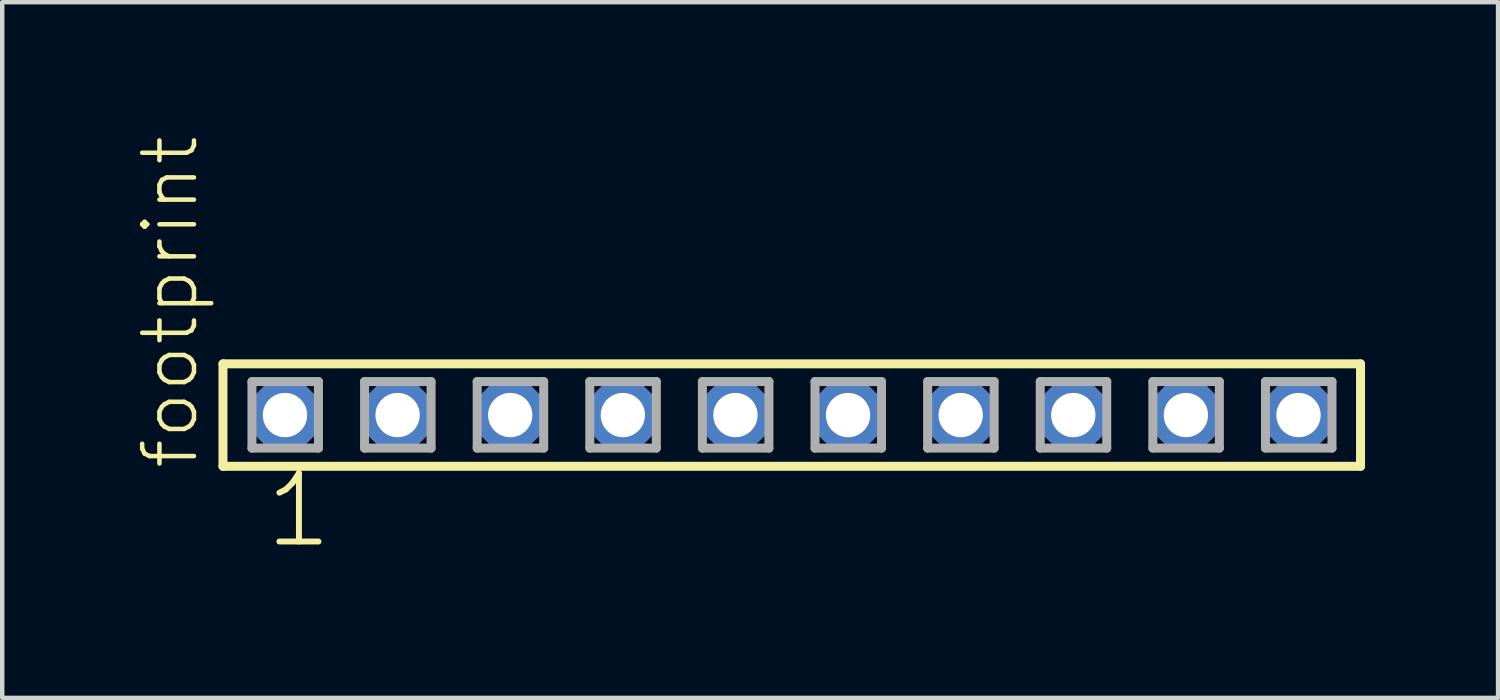
<source format=kicad_pcb>
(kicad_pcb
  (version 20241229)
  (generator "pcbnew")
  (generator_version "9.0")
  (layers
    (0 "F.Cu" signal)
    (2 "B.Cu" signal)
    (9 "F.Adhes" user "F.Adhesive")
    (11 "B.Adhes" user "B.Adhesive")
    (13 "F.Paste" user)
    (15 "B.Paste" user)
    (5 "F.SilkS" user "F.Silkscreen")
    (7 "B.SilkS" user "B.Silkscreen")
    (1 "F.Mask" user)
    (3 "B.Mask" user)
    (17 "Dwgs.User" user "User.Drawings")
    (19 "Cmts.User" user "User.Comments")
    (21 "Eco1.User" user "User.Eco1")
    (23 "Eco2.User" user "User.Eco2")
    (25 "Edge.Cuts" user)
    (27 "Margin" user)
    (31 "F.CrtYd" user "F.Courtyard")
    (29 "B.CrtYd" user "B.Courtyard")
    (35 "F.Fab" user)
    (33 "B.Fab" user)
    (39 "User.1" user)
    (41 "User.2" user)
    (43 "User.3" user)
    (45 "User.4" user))
  (footprint "footprint"
    (layer "F.Cu")
    (at 14.808 6.312)
    (property "Reference" "footprint" (at -13.335 1.27 90) (layer "F.SilkS") (effects (font (size 1.168 1.168) (thickness 0.102)) (justify left bottom)))
    (fp_line (start -12.829 -1.155) (end 12.829 -1.155) (stroke (width 0.203) (type solid)) (layer "F.SilkS"))
    (fp_line (start -12.829 1.155) (end -12.829 -1.155) (stroke (width 0.203) (type solid)) (layer "F.SilkS"))
    (fp_line (start 12.829 -1.155) (end 12.829 1.155) (stroke (width 0.203) (type solid)) (layer "F.SilkS"))
    (fp_line (start 12.829 1.155) (end -12.829 1.155) (stroke (width 0.203) (type solid)) (layer "F.SilkS"))
    (fp_line (start -12.175 -0.755) (end -10.675 -0.755) (stroke (width 0.203) (type solid)) (layer "F.Fab"))
    (fp_line (start -12.175 0.745) (end -12.175 -0.755) (stroke (width 0.203) (type solid)) (layer "F.Fab"))
    (fp_line (start -10.675 -0.755) (end -10.675 0.745) (stroke (width 0.203) (type solid)) (layer "F.Fab"))
    (fp_line (start -10.675 0.745) (end -12.175 0.745) (stroke (width 0.203) (type solid)) (layer "F.Fab"))
    (fp_line (start -9.635 -0.755) (end -8.135 -0.755) (stroke (width 0.203) (type solid)) (layer "F.Fab"))
    (fp_line (start -9.635 0.745) (end -9.635 -0.755) (stroke (width 0.203) (type solid)) (layer "F.Fab"))
    (fp_line (start -8.135 -0.755) (end -8.135 0.745) (stroke (width 0.203) (type solid)) (layer "F.Fab"))
    (fp_line (start -8.135 0.745) (end -9.635 0.745) (stroke (width 0.203) (type solid)) (layer "F.Fab"))
    (fp_line (start -7.095 -0.755) (end -5.595 -0.755) (stroke (width 0.203) (type solid)) (layer "F.Fab"))
    (fp_line (start -7.095 0.745) (end -7.095 -0.755) (stroke (width 0.203) (type solid)) (layer "F.Fab"))
    (fp_line (start -5.595 -0.755) (end -5.595 0.745) (stroke (width 0.203) (type solid)) (layer "F.Fab"))
    (fp_line (start -5.595 0.745) (end -7.095 0.745) (stroke (width 0.203) (type solid)) (layer "F.Fab"))
    (fp_line (start -4.555 -0.755) (end -3.055 -0.755) (stroke (width 0.203) (type solid)) (layer "F.Fab"))
    (fp_line (start -4.555 0.745) (end -4.555 -0.755) (stroke (width 0.203) (type solid)) (layer "F.Fab"))
    (fp_line (start -3.055 -0.755) (end -3.055 0.745) (stroke (width 0.203) (type solid)) (layer "F.Fab"))
    (fp_line (start -3.055 0.745) (end -4.555 0.745) (stroke (width 0.203) (type solid)) (layer "F.Fab"))
    (fp_line (start -2.015 -0.755) (end -0.515 -0.755) (stroke (width 0.203) (type solid)) (layer "F.Fab"))
    (fp_line (start -2.015 0.745) (end -2.015 -0.755) (stroke (width 0.203) (type solid)) (layer "F.Fab"))
    (fp_line (start -0.515 -0.755) (end -0.515 0.745) (stroke (width 0.203) (type solid)) (layer "F.Fab"))
    (fp_line (start -0.515 0.745) (end -2.015 0.745) (stroke (width 0.203) (type solid)) (layer "F.Fab"))
    (fp_line (start 0.525 -0.755) (end 2.025 -0.755) (stroke (width 0.203) (type solid)) (layer "F.Fab"))
    (fp_line (start 0.525 0.745) (end 0.525 -0.755) (stroke (width 0.203) (type solid)) (layer "F.Fab"))
    (fp_line (start 2.025 -0.755) (end 2.025 0.745) (stroke (width 0.203) (type solid)) (layer "F.Fab"))
    (fp_line (start 2.025 0.745) (end 0.525 0.745) (stroke (width 0.203) (type solid)) (layer "F.Fab"))
    (fp_line (start 3.065 -0.755) (end 4.565 -0.755) (stroke (width 0.203) (type solid)) (layer "F.Fab"))
    (fp_line (start 3.065 0.745) (end 3.065 -0.755) (stroke (width 0.203) (type solid)) (layer "F.Fab"))
    (fp_line (start 4.565 -0.755) (end 4.565 0.745) (stroke (width 0.203) (type solid)) (layer "F.Fab"))
    (fp_line (start 4.565 0.745) (end 3.065 0.745) (stroke (width 0.203) (type solid)) (layer "F.Fab"))
    (fp_line (start 5.605 -0.755) (end 7.105 -0.755) (stroke (width 0.203) (type solid)) (layer "F.Fab"))
    (fp_line (start 5.605 0.745) (end 5.605 -0.755) (stroke (width 0.203) (type solid)) (layer "F.Fab"))
    (fp_line (start 7.105 -0.755) (end 7.105 0.745) (stroke (width 0.203) (type solid)) (layer "F.Fab"))
    (fp_line (start 7.105 0.745) (end 5.605 0.745) (stroke (width 0.203) (type solid)) (layer "F.Fab"))
    (fp_line (start 8.145 -0.755) (end 9.645 -0.755) (stroke (width 0.203) (type solid)) (layer "F.Fab"))
    (fp_line (start 8.145 0.745) (end 8.145 -0.755) (stroke (width 0.203) (type solid)) (layer "F.Fab"))
    (fp_line (start 9.645 -0.755) (end 9.645 0.745) (stroke (width 0.203) (type solid)) (layer "F.Fab"))
    (fp_line (start 9.645 0.745) (end 8.145 0.745) (stroke (width 0.203) (type solid)) (layer "F.Fab"))
    (fp_line (start 10.685 -0.755) (end 12.185 -0.755) (stroke (width 0.203) (type solid)) (layer "F.Fab"))
    (fp_line (start 10.685 0.745) (end 10.685 -0.755) (stroke (width 0.203) (type solid)) (layer "F.Fab"))
    (fp_line (start 12.185 -0.755) (end 12.185 0.745) (stroke (width 0.203) (type solid)) (layer "F.Fab"))
    (fp_line (start 12.185 0.745) (end 10.685 0.745) (stroke (width 0.203) (type solid)) (layer "F.Fab"))
    (fp_text user "1" (at -11.938 3.048 0) (layer "F.SilkS") (effects (font (size 1.542 1.542) (thickness 0.134)) (justify left bottom)))
    (pad "1" thru_hole roundrect (at -11.43 0) (size 1.5 1.5) (drill 1) (layers "*.Cu" "*.Mask") (roundrect_rratio 0.25) (chamfer_ratio 0.25) (chamfer top_left top_right bottom_left bottom_right))
    (pad "2" thru_hole roundrect (at -8.89 0) (size 1.5 1.5) (drill 1) (layers "*.Cu" "*.Mask") (roundrect_rratio 0.25) (chamfer_ratio 0.25) (chamfer top_left top_right bottom_left bottom_right))
    (pad "3" thru_hole roundrect (at -6.35 0) (size 1.5 1.5) (drill 1) (layers "*.Cu" "*.Mask") (roundrect_rratio 0.25) (chamfer_ratio 0.25) (chamfer top_left top_right bottom_left bottom_right))
    (pad "4" thru_hole roundrect (at -3.81 0) (size 1.5 1.5) (drill 1) (layers "*.Cu" "*.Mask") (roundrect_rratio 0.25) (chamfer_ratio 0.25) (chamfer top_left top_right bottom_left bottom_right))
    (pad "5" thru_hole roundrect (at -1.27 0) (size 1.5 1.5) (drill 1) (layers "*.Cu" "*.Mask") (roundrect_rratio 0.25) (chamfer_ratio 0.25) (chamfer top_left top_right bottom_left bottom_right))
    (pad "6" thru_hole roundrect (at 1.27 0) (size 1.5 1.5) (drill 1) (layers "*.Cu" "*.Mask") (roundrect_rratio 0.25) (chamfer_ratio 0.25) (chamfer top_left top_right bottom_left bottom_right))
    (pad "7" thru_hole roundrect (at 3.81 0) (size 1.5 1.5) (drill 1) (layers "*.Cu" "*.Mask") (roundrect_rratio 0.25) (chamfer_ratio 0.25) (chamfer top_left top_right bottom_left bottom_right))
    (pad "8" thru_hole roundrect (at 6.35 0) (size 1.5 1.5) (drill 1) (layers "*.Cu" "*.Mask") (roundrect_rratio 0.25) (chamfer_ratio 0.25) (chamfer top_left top_right bottom_left bottom_right))
    (pad "9" thru_hole roundrect (at 8.89 0) (size 1.5 1.5) (drill 1) (layers "*.Cu" "*.Mask") (roundrect_rratio 0.25) (chamfer_ratio 0.25) (chamfer top_left top_right bottom_left bottom_right))
    (pad "10" thru_hole roundrect (at 11.43 0) (size 1.5 1.5) (drill 1) (layers "*.Cu" "*.Mask") (roundrect_rratio 0.25) (chamfer_ratio 0.25) (chamfer top_left top_right bottom_left bottom_right)))
  (gr_rect
    (start -3 -3)
    (end 30.739 12.691)
    (stroke (width 0.1) (type default))
    (fill no)
    (layer "Edge.Cuts")))
</source>
